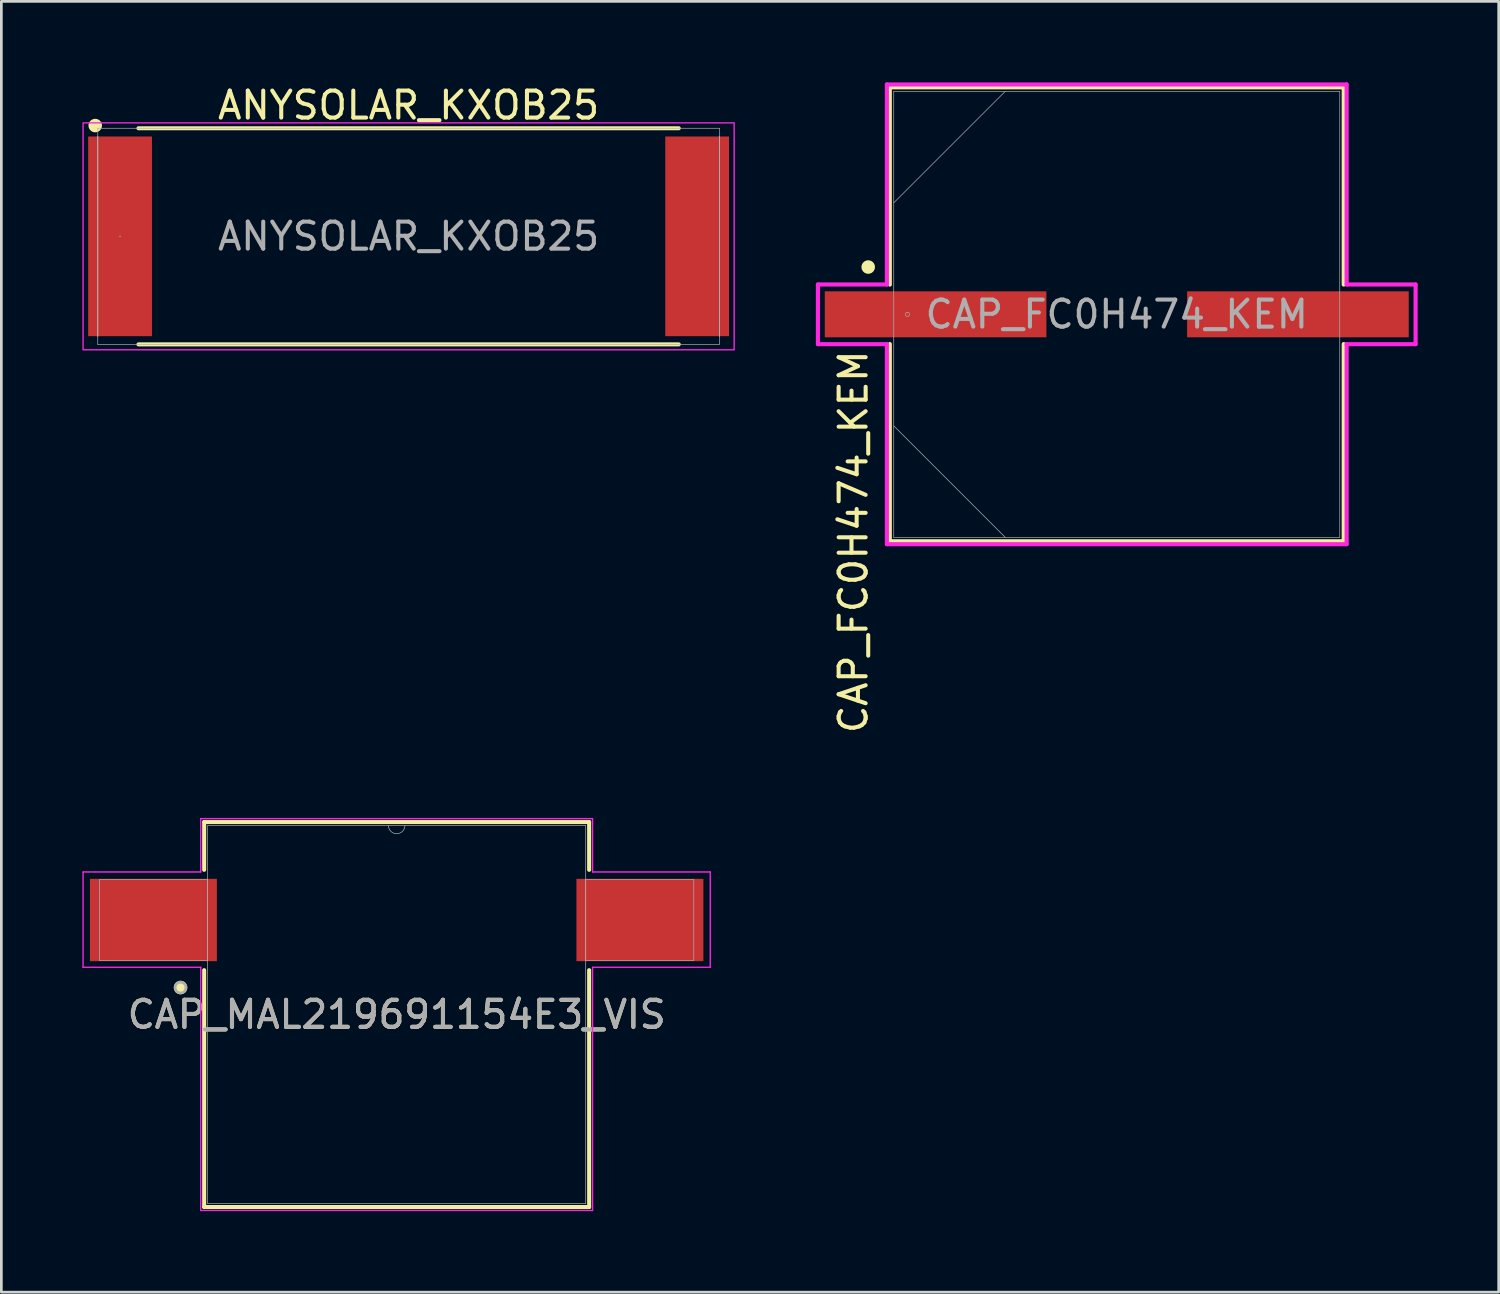
<source format=kicad_pcb>
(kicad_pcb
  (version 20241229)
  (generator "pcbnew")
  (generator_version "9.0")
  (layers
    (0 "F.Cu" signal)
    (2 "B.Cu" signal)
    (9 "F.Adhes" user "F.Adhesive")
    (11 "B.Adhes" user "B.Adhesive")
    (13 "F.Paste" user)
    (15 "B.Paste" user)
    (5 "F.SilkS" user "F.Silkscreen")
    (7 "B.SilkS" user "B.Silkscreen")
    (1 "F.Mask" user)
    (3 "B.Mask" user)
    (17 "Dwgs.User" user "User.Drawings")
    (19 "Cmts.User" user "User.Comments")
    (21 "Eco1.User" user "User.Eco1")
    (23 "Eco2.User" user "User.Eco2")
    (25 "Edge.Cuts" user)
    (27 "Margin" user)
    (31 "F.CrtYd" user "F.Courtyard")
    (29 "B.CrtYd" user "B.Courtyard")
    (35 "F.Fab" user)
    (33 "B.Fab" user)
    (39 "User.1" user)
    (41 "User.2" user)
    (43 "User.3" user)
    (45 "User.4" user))
  (footprint "ANYSOLAR_KXOB25"
    (layer "F.Cu")
    (at 12.075 5.698)
    (property "Reference" "ANYSOLAR_KXOB25" (at 0 -4.85 0) (unlocked yes) (layer "F.SilkS") (effects (font (size 1 1) (thickness 0.15))))
    (attr smd)
    (fp_line (start -10 4) (end 10 4) (stroke (width 0.15) (type solid)) (layer "F.SilkS"))
    (fp_line (start 10 -4) (end -10 -4) (stroke (width 0.15) (type solid)) (layer "F.SilkS"))
    (fp_circle (center -11.6 -4.1) (end -11.4 -4.1) (stroke (width 0.1) (type solid)) (fill yes) (layer "F.SilkS"))
    (fp_rect (start -12.05 -4.2) (end 12.05 4.2) (stroke (width 0.05) (type solid)) (fill no) (layer "F.CrtYd"))
    (fp_line (start -11.506 -4) (end -11.506 4) (stroke (width 0.025) (type solid)) (layer "F.Fab"))
    (fp_line (start -11.506 -3.696) (end -11.506 -3.696) (stroke (width 0.025) (type solid)) (layer "F.Fab"))
    (fp_line (start -11.506 -3.696) (end -11.506 3.696) (stroke (width 0.025) (type solid)) (layer "F.Fab"))
    (fp_line (start -11.506 3.696) (end -11.506 -3.696) (stroke (width 0.025) (type solid)) (layer "F.Fab"))
    (fp_line (start -11.506 3.696) (end -11.506 3.696) (stroke (width 0.025) (type solid)) (layer "F.Fab"))
    (fp_line (start -11.506 4) (end 11.506 4) (stroke (width 0.025) (type solid)) (layer "F.Fab"))
    (fp_line (start 11.506 -4) (end -11.506 -4) (stroke (width 0.025) (type solid)) (layer "F.Fab"))
    (fp_line (start 11.506 -3.696) (end 11.506 -3.696) (stroke (width 0.025) (type solid)) (layer "F.Fab"))
    (fp_line (start 11.506 -3.696) (end 11.506 3.696) (stroke (width 0.025) (type solid)) (layer "F.Fab"))
    (fp_line (start 11.506 3.696) (end 11.506 -3.696) (stroke (width 0.025) (type solid)) (layer "F.Fab"))
    (fp_line (start 11.506 3.696) (end 11.506 3.696) (stroke (width 0.025) (type solid)) (layer "F.Fab"))
    (fp_line (start 11.506 4) (end 11.506 -4) (stroke (width 0.025) (type solid)) (layer "F.Fab"))
    (fp_circle (center -10.681 0) (end -10.681 0) (stroke (width 0.025) (type solid)) (fill no) (layer "F.Fab"))
    (fp_text user "${REFERENCE}" (at 0 0 0) (unlocked yes) (layer "F.Fab") (effects (font (size 1 1) (thickness 0.15))))
    (pad "1" smd rect (at -10.681 0) (size 2.362 7.391) (layers "F.Cu" "F.Mask" "F.Paste"))
    (pad "2" smd rect (at 10.681 0) (size 2.362 7.391) (layers "F.Cu" "F.Mask" "F.Paste"))
    (zone (net_name "") (layer "F.Cu") (hatch full 0.508) (connect_pads) (min_thickness 0.254) (filled_areas_thickness no) (keepout (tracks allowed) (vias allowed) (pads allowed) (copperpour not_allowed) (footprints not_allowed)) (placement (enabled no)) (fill) (polygon (pts (xy 2.626 1.749) (xy 21.524 1.749) (xy 21.524 9.648) (xy 2.626 9.648)))))
  (footprint "CAP_MAL219691154E3_VIS"
    (layer "F.Cu")
    (at 11.633 34.505)
    (property "Reference" "CAP_MAL219691154E3_VIS" (at 0 0 0) (unlocked yes) (layer "F.SilkS") (effects (font (size 1 1) (thickness 0.15))))
    (attr smd)
    (fp_line (start -7.125 -7.125) (end -7.125 -5.357) (stroke (width 0.15) (type solid)) (layer "F.SilkS"))
    (fp_line (start -7.125 -1.643) (end -7.125 7.125) (stroke (width 0.15) (type solid)) (layer "F.SilkS"))
    (fp_line (start -7.125 7.125) (end 7.125 7.125) (stroke (width 0.15) (type solid)) (layer "F.SilkS"))
    (fp_line (start 7.125 -7.125) (end -7.125 -7.125) (stroke (width 0.15) (type solid)) (layer "F.SilkS"))
    (fp_line (start 7.125 -5.357) (end 7.125 -7.125) (stroke (width 0.15) (type solid)) (layer "F.SilkS"))
    (fp_line (start 7.125 7.125) (end 7.125 -1.643) (stroke (width 0.15) (type solid)) (layer "F.SilkS"))
    (fp_circle (center -8 -1) (end -7.8 -1) (stroke (width 0.1) (type solid)) (fill yes) (layer "F.SilkS"))
    (fp_line (start -11.608 -5.278) (end -7.252 -5.278) (stroke (width 0.05) (type solid)) (layer "F.CrtYd"))
    (fp_line (start -11.608 -1.75) (end -11.608 -5.278) (stroke (width 0.05) (type solid)) (layer "F.CrtYd"))
    (fp_line (start -11.608 -1.75) (end -7.252 -1.75) (stroke (width 0.05) (type solid)) (layer "F.CrtYd"))
    (fp_line (start -7.252 -7.252) (end 7.252 -7.252) (stroke (width 0.05) (type solid)) (layer "F.CrtYd"))
    (fp_line (start -7.252 -5.278) (end -7.252 -7.252) (stroke (width 0.05) (type solid)) (layer "F.CrtYd"))
    (fp_line (start -7.252 7.252) (end -7.252 -1.75) (stroke (width 0.05) (type solid)) (layer "F.CrtYd"))
    (fp_line (start 7.252 -7.252) (end 7.252 -5.278) (stroke (width 0.05) (type solid)) (layer "F.CrtYd"))
    (fp_line (start 7.252 -1.75) (end 7.252 7.252) (stroke (width 0.05) (type solid)) (layer "F.CrtYd"))
    (fp_line (start 7.252 7.252) (end -7.252 7.252) (stroke (width 0.05) (type solid)) (layer "F.CrtYd"))
    (fp_line (start 11.608 -5.278) (end 7.252 -5.278) (stroke (width 0.05) (type solid)) (layer "F.CrtYd"))
    (fp_line (start 11.608 -5.278) (end 11.608 -1.75) (stroke (width 0.05) (type solid)) (layer "F.CrtYd"))
    (fp_line (start 11.608 -1.75) (end 7.252 -1.75) (stroke (width 0.05) (type solid)) (layer "F.CrtYd"))
    (fp_line (start -10.998 -4.999) (end -10.998 -2.001) (stroke (width 0.025) (type solid)) (layer "F.Fab"))
    (fp_line (start -10.998 -2.001) (end -6.998 -2.001) (stroke (width 0.025) (type solid)) (layer "F.Fab"))
    (fp_line (start -6.998 -6.998) (end -6.998 6.998) (stroke (width 0.025) (type solid)) (layer "F.Fab"))
    (fp_line (start -6.998 -4.999) (end -10.998 -4.999) (stroke (width 0.025) (type solid)) (layer "F.Fab"))
    (fp_line (start -6.998 -2.001) (end -6.998 -4.999) (stroke (width 0.025) (type solid)) (layer "F.Fab"))
    (fp_line (start -6.998 6.998) (end 6.998 6.998) (stroke (width 0.025) (type solid)) (layer "F.Fab"))
    (fp_line (start 6.998 -6.998) (end -6.998 -6.998) (stroke (width 0.025) (type solid)) (layer "F.Fab"))
    (fp_line (start 6.998 -4.999) (end 6.998 -2.001) (stroke (width 0.025) (type solid)) (layer "F.Fab"))
    (fp_line (start 6.998 -2.001) (end 10.998 -2.001) (stroke (width 0.025) (type solid)) (layer "F.Fab"))
    (fp_line (start 6.998 6.998) (end 6.998 -6.998) (stroke (width 0.025) (type solid)) (layer "F.Fab"))
    (fp_line (start 10.998 -4.999) (end 6.998 -4.999) (stroke (width 0.025) (type solid)) (layer "F.Fab"))
    (fp_line (start 10.998 -2.001) (end 10.998 -4.999) (stroke (width 0.025) (type solid)) (layer "F.Fab"))
    (fp_arc (start 0.3048 -6.9977) (mid 0 -6.6929) (end -0.3048 -6.9977) (stroke (width 0.0254) (type solid)) (layer "F.Fab"))
    (fp_circle (center -8 -1) (end -7.8 -1) (stroke (width 0.1) (type solid)) (fill no) (layer "F.Fab"))
    (fp_text user "${REFERENCE}" (at 0 0 0) (unlocked yes) (layer "F.Fab") (effects (font (size 1 1) (thickness 0.15))))
    (pad "1" smd rect (at -9.004 -3.5) (size 4.699 3.048) (layers "F.Cu" "F.Mask" "F.Paste"))
    (pad "2" smd rect (at 9.004 -3.5) (size 4.699 3.048) (layers "F.Cu" "F.Mask" "F.Paste"))
    (zone (net_name "") (layer "F.Cu") (hatch full 0.508) (connect_pads) (min_thickness 0.254) (filled_areas_thickness no) (keepout (tracks allowed) (vias allowed) (pads allowed) (copperpour not_allowed) (footprints not_allowed)) (placement (enabled no)) (fill) (polygon (pts (xy 4.633 27.505) (xy 18.633 27.505) (xy 18.633 41.505) (xy 4.633 41.505)))))
  (footprint "CAP_FC0H474_KEM"
    (layer "F.Cu")
    (at 38.288 8.585)
    (property "Reference" "CAP_FC0H474_KEM" (at -9.75 1.25 90) (unlocked yes) (layer "F.SilkS") (effects (font (size 1 1) (thickness 0.15)) (justify right)))
    (attr smd)
    (fp_line (start -8.4 -8.4) (end 8.4 -8.4) (stroke (width 0.15) (type solid)) (layer "F.SilkS"))
    (fp_line (start -8.4 -1.1) (end -8.4 -8.4) (stroke (width 0.15) (type solid)) (layer "F.SilkS"))
    (fp_line (start -8.4 1.1) (end -8.4 8.4) (stroke (width 0.15) (type solid)) (layer "F.SilkS"))
    (fp_line (start -8.4 8.4) (end 8.4 8.4) (stroke (width 0.15) (type solid)) (layer "F.SilkS"))
    (fp_line (start 8.4 -8.4) (end 8.4 -1.1) (stroke (width 0.15) (type solid)) (layer "F.SilkS"))
    (fp_line (start 8.4 8.4) (end 8.4 1.1) (stroke (width 0.15) (type solid)) (layer "F.SilkS"))
    (fp_circle (center -9.2 -1.75) (end -9 -1.75) (stroke (width 0.1) (type solid)) (fill yes) (layer "F.SilkS"))
    (fp_line (start -11.062 -1.105) (end -8.509 -1.105) (stroke (width 0.152) (type solid)) (layer "F.CrtYd"))
    (fp_line (start -11.062 1.105) (end -11.062 -1.105) (stroke (width 0.152) (type solid)) (layer "F.CrtYd"))
    (fp_line (start -8.509 -8.509) (end 8.509 -8.509) (stroke (width 0.152) (type solid)) (layer "F.CrtYd"))
    (fp_line (start -8.509 -1.105) (end -8.509 -8.509) (stroke (width 0.152) (type solid)) (layer "F.CrtYd"))
    (fp_line (start -8.509 1.105) (end -11.062 1.105) (stroke (width 0.152) (type solid)) (layer "F.CrtYd"))
    (fp_line (start -8.509 8.509) (end -8.509 1.105) (stroke (width 0.152) (type solid)) (layer "F.CrtYd"))
    (fp_line (start 8.509 -8.509) (end 8.509 -1.105) (stroke (width 0.152) (type solid)) (layer "F.CrtYd"))
    (fp_line (start 8.509 -1.105) (end 11.062 -1.105) (stroke (width 0.152) (type solid)) (layer "F.CrtYd"))
    (fp_line (start 8.509 1.105) (end 8.509 8.509) (stroke (width 0.152) (type solid)) (layer "F.CrtYd"))
    (fp_line (start 8.509 8.509) (end -8.509 8.509) (stroke (width 0.152) (type solid)) (layer "F.CrtYd"))
    (fp_line (start 11.062 -1.105) (end 11.062 1.105) (stroke (width 0.152) (type solid)) (layer "F.CrtYd"))
    (fp_line (start 11.062 1.105) (end 8.509 1.105) (stroke (width 0.152) (type solid)) (layer "F.CrtYd"))
    (fp_line (start -8.255 -8.255) (end -8.255 8.255) (stroke (width 0.025) (type solid)) (layer "F.Fab"))
    (fp_line (start -8.255 -4.128) (end -4.128 -8.255) (stroke (width 0.025) (type solid)) (layer "F.Fab"))
    (fp_line (start -8.255 4.128) (end -4.128 8.255) (stroke (width 0.025) (type solid)) (layer "F.Fab"))
    (fp_line (start -8.255 8.255) (end 8.255 8.255) (stroke (width 0.025) (type solid)) (layer "F.Fab"))
    (fp_line (start 8.255 -8.255) (end -8.255 -8.255) (stroke (width 0.025) (type solid)) (layer "F.Fab"))
    (fp_line (start 8.255 8.255) (end 8.255 -8.255) (stroke (width 0.025) (type solid)) (layer "F.Fab"))
    (fp_circle (center -7.747 0) (end -7.671 0) (stroke (width 0.025) (type solid)) (fill no) (layer "F.Fab"))
    (fp_text user "${REFERENCE}" (at 0 0 0) (unlocked yes) (layer "F.Fab") (effects (font (size 1 1) (thickness 0.15))))
    (pad "1" smd rect (at -6.706 0) (size 8.204 1.702) (layers "F.Cu" "F.Mask" "F.Paste"))
    (pad "2" smd rect (at 6.706 0) (size 8.204 1.702) (layers "F.Cu" "F.Mask" "F.Paste"))
    (zone (net_name "") (layer "F.Cu") (hatch full 0.508) (connect_pads) (min_thickness 0.254) (filled_areas_thickness no) (keepout (tracks not_allowed) (vias not_allowed) (pads allowed) (copperpour not_allowed) (footprints allowed)) (placement (enabled no)) (fill) (polygon (pts (xy 30.084 0.381) (xy 46.492 0.381) (xy 46.492 7.684) (xy 30.084 7.684))))
    (zone (net_name "") (layer "F.Cu") (hatch full 0.508) (connect_pads) (min_thickness 0.254) (filled_areas_thickness no) (keepout (tracks not_allowed) (vias not_allowed) (pads allowed) (copperpour not_allowed) (footprints allowed)) (placement (enabled no)) (fill) (polygon (pts (xy 30.084 9.487) (xy 46.492 9.487) (xy 46.492 16.789) (xy 30.084 16.789))))
    (zone (net_name "") (layer "F.Cu") (hatch full 0.508) (connect_pads) (min_thickness 0.254) (filled_areas_thickness no) (keepout (tracks not_allowed) (vias not_allowed) (pads allowed) (copperpour not_allowed) (footprints allowed)) (placement (enabled no)) (fill) (polygon (pts (xy 35.735 7.684) (xy 40.841 7.684) (xy 40.841 9.487) (xy 35.735 9.487)))))
  (gr_rect
    (start -3 -3)
    (end 52.426 44.781)
    (stroke (width 0.1) (type default))
    (fill no)
    (layer "Edge.Cuts")))
</source>
